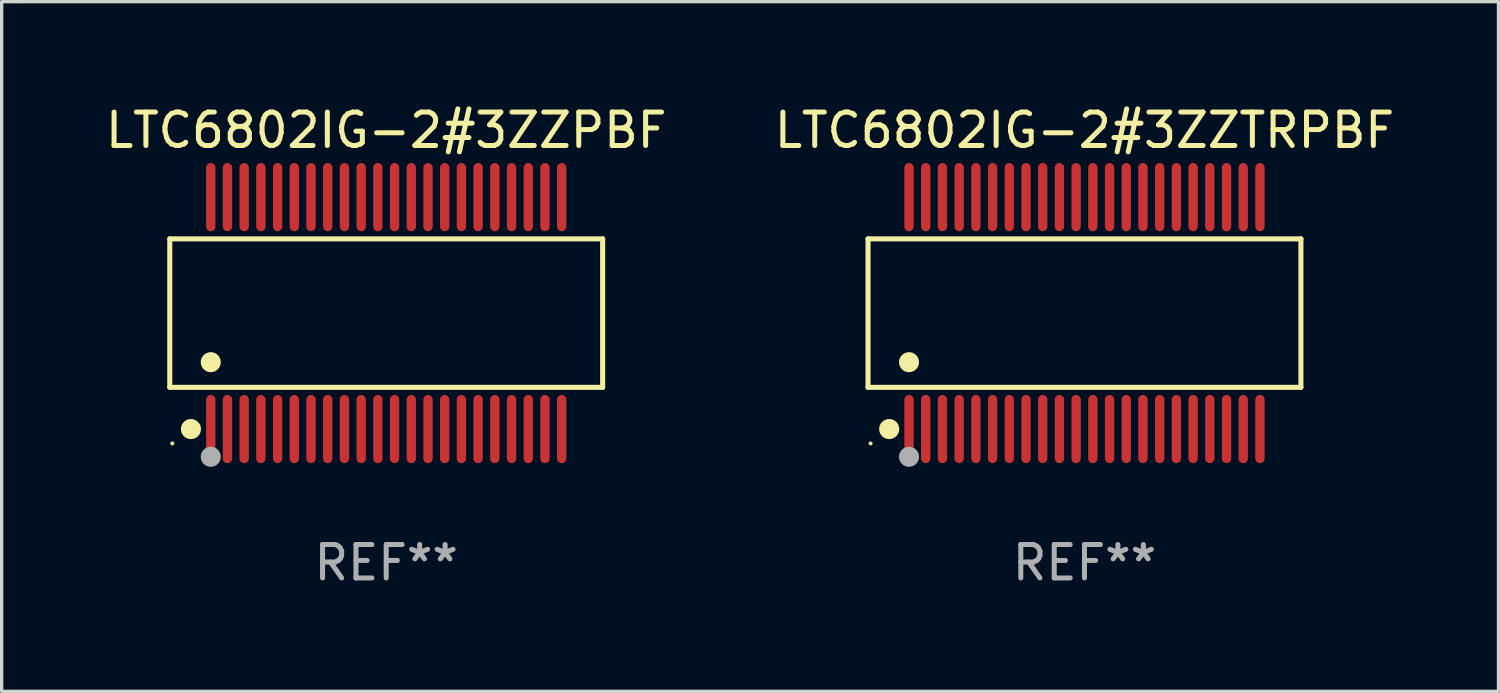
<source format=kicad_pcb>
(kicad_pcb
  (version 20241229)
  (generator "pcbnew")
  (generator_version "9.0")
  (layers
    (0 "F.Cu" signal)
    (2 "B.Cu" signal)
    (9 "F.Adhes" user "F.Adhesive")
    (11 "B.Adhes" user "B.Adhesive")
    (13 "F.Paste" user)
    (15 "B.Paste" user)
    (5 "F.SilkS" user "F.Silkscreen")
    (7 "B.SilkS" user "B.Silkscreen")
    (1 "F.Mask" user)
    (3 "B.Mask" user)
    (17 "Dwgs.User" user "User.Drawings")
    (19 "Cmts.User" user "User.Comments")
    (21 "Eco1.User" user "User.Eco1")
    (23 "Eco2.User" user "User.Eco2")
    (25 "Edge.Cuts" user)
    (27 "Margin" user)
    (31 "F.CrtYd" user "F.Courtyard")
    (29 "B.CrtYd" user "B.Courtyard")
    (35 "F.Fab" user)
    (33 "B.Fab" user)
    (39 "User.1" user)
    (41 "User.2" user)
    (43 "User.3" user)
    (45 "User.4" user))
  (footprint "LTC6802IG-2#3ZZPBF"
    (layer "F.Cu")
    (at 8.506 6.318)
    (property "Reference" "LTC6802IG-2#3ZZPBF" (at 0 -5.47 0) (layer "F.SilkS") (effects (font (size 1 1) (thickness 0.15))))
    (attr through_hole)
    (fp_line (start -6.476 -2.221) (end 6.476 -2.221) (stroke (width 0.152) (type solid)) (layer "F.SilkS"))
    (fp_line (start -6.476 2.221) (end -6.476 -2.221) (stroke (width 0.152) (type solid)) (layer "F.SilkS"))
    (fp_line (start 6.476 -2.221) (end 6.476 2.221) (stroke (width 0.152) (type solid)) (layer "F.SilkS"))
    (fp_line (start 6.476 2.221) (end -6.476 2.221) (stroke (width 0.152) (type solid)) (layer "F.SilkS"))
    (fp_circle (center -6.4 3.9) (end -6.37 3.9) (stroke (width 0.06) (type solid)) (fill no) (layer "F.SilkS"))
    (fp_circle (center -5.843 3.47) (end -5.692 3.47) (stroke (width 0.3) (type solid)) (fill no) (layer "F.SilkS"))
    (fp_circle (center -5.25 1.469) (end -5.1 1.469) (stroke (width 0.3) (type solid)) (fill no) (layer "F.SilkS"))
    (fp_circle (center -5.25 4.3) (end -5.1 4.3) (stroke (width 0.3) (type solid)) (fill no) (layer "F.Fab"))
    (fp_text user "REF**" (at 0 7.47 0) (layer "F.Fab") (effects (font (size 1 1) (thickness 0.15))))
    (pad "1" smd oval (at -5.25 3.47) (size 0.28 2.04) (layers "F.Cu" "F.Mask" "F.Paste"))
    (pad "2" smd oval (at -4.75 3.47) (size 0.28 2.04) (layers "F.Cu" "F.Mask" "F.Paste"))
    (pad "3" smd oval (at -4.25 3.47) (size 0.28 2.04) (layers "F.Cu" "F.Mask" "F.Paste"))
    (pad "4" smd oval (at -3.75 3.47) (size 0.28 2.04) (layers "F.Cu" "F.Mask" "F.Paste"))
    (pad "5" smd oval (at -3.25 3.47) (size 0.28 2.04) (layers "F.Cu" "F.Mask" "F.Paste"))
    (pad "6" smd oval (at -2.75 3.47) (size 0.28 2.04) (layers "F.Cu" "F.Mask" "F.Paste"))
    (pad "7" smd oval (at -2.25 3.47) (size 0.28 2.04) (layers "F.Cu" "F.Mask" "F.Paste"))
    (pad "8" smd oval (at -1.75 3.47) (size 0.28 2.04) (layers "F.Cu" "F.Mask" "F.Paste"))
    (pad "9" smd oval (at -1.25 3.47) (size 0.28 2.04) (layers "F.Cu" "F.Mask" "F.Paste"))
    (pad "10" smd oval (at -0.75 3.47) (size 0.28 2.04) (layers "F.Cu" "F.Mask" "F.Paste"))
    (pad "11" smd oval (at -0.25 3.47) (size 0.28 2.04) (layers "F.Cu" "F.Mask" "F.Paste"))
    (pad "12" smd oval (at 0.25 3.47) (size 0.28 2.04) (layers "F.Cu" "F.Mask" "F.Paste"))
    (pad "13" smd oval (at 0.75 3.47) (size 0.28 2.04) (layers "F.Cu" "F.Mask" "F.Paste"))
    (pad "14" smd oval (at 1.25 3.47) (size 0.28 2.04) (layers "F.Cu" "F.Mask" "F.Paste"))
    (pad "15" smd oval (at 1.75 3.47) (size 0.28 2.04) (layers "F.Cu" "F.Mask" "F.Paste"))
    (pad "16" smd oval (at 2.25 3.47) (size 0.28 2.04) (layers "F.Cu" "F.Mask" "F.Paste"))
    (pad "17" smd oval (at 2.75 3.47) (size 0.28 2.04) (layers "F.Cu" "F.Mask" "F.Paste"))
    (pad "18" smd oval (at 3.25 3.47) (size 0.28 2.04) (layers "F.Cu" "F.Mask" "F.Paste"))
    (pad "19" smd oval (at 3.75 3.47) (size 0.28 2.04) (layers "F.Cu" "F.Mask" "F.Paste"))
    (pad "20" smd oval (at 4.25 3.47) (size 0.28 2.04) (layers "F.Cu" "F.Mask" "F.Paste"))
    (pad "21" smd oval (at 4.75 3.47) (size 0.28 2.04) (layers "F.Cu" "F.Mask" "F.Paste"))
    (pad "22" smd oval (at 5.25 3.47) (size 0.28 2.04) (layers "F.Cu" "F.Mask" "F.Paste"))
    (pad "23" smd oval (at 5.25 -3.47) (size 0.28 2.04) (layers "F.Cu" "F.Mask" "F.Paste"))
    (pad "24" smd oval (at 4.75 -3.47) (size 0.28 2.04) (layers "F.Cu" "F.Mask" "F.Paste"))
    (pad "25" smd oval (at 4.25 -3.47) (size 0.28 2.04) (layers "F.Cu" "F.Mask" "F.Paste"))
    (pad "26" smd oval (at 3.75 -3.47) (size 0.28 2.04) (layers "F.Cu" "F.Mask" "F.Paste"))
    (pad "27" smd oval (at 3.25 -3.47) (size 0.28 2.04) (layers "F.Cu" "F.Mask" "F.Paste"))
    (pad "28" smd oval (at 2.75 -3.47) (size 0.28 2.04) (layers "F.Cu" "F.Mask" "F.Paste"))
    (pad "29" smd oval (at 2.25 -3.47) (size 0.28 2.04) (layers "F.Cu" "F.Mask" "F.Paste"))
    (pad "30" smd oval (at 1.75 -3.47) (size 0.28 2.04) (layers "F.Cu" "F.Mask" "F.Paste"))
    (pad "31" smd oval (at 1.25 -3.47) (size 0.28 2.04) (layers "F.Cu" "F.Mask" "F.Paste"))
    (pad "32" smd oval (at 0.75 -3.47) (size 0.28 2.04) (layers "F.Cu" "F.Mask" "F.Paste"))
    (pad "33" smd oval (at 0.25 -3.47) (size 0.28 2.04) (layers "F.Cu" "F.Mask" "F.Paste"))
    (pad "34" smd oval (at -0.25 -3.47) (size 0.28 2.04) (layers "F.Cu" "F.Mask" "F.Paste"))
    (pad "35" smd oval (at -0.75 -3.47) (size 0.28 2.04) (layers "F.Cu" "F.Mask" "F.Paste"))
    (pad "36" smd oval (at -1.25 -3.47) (size 0.28 2.04) (layers "F.Cu" "F.Mask" "F.Paste"))
    (pad "37" smd oval (at -1.75 -3.47) (size 0.28 2.04) (layers "F.Cu" "F.Mask" "F.Paste"))
    (pad "38" smd oval (at -2.25 -3.47) (size 0.28 2.04) (layers "F.Cu" "F.Mask" "F.Paste"))
    (pad "39" smd oval (at -2.75 -3.47) (size 0.28 2.04) (layers "F.Cu" "F.Mask" "F.Paste"))
    (pad "40" smd oval (at -3.25 -3.47) (size 0.28 2.04) (layers "F.Cu" "F.Mask" "F.Paste"))
    (pad "41" smd oval (at -3.75 -3.47) (size 0.28 2.04) (layers "F.Cu" "F.Mask" "F.Paste"))
    (pad "42" smd oval (at -4.25 -3.47) (size 0.28 2.04) (layers "F.Cu" "F.Mask" "F.Paste"))
    (pad "43" smd oval (at -4.75 -3.47) (size 0.28 2.04) (layers "F.Cu" "F.Mask" "F.Paste"))
    (pad "44" smd oval (at -5.25 -3.47) (size 0.28 2.04) (layers "F.Cu" "F.Mask" "F.Paste")))
  (footprint "LTC6802IG-2#3ZZTRPBF"
    (layer "F.Cu")
    (at 29.399 6.318)
    (property "Reference" "LTC6802IG-2#3ZZTRPBF" (at 0 -5.47 0) (layer "F.SilkS") (effects (font (size 1 1) (thickness 0.15))))
    (attr through_hole)
    (fp_line (start -6.476 -2.221) (end 6.476 -2.221) (stroke (width 0.152) (type solid)) (layer "F.SilkS"))
    (fp_line (start -6.476 2.221) (end -6.476 -2.221) (stroke (width 0.152) (type solid)) (layer "F.SilkS"))
    (fp_line (start 6.476 -2.221) (end 6.476 2.221) (stroke (width 0.152) (type solid)) (layer "F.SilkS"))
    (fp_line (start 6.476 2.221) (end -6.476 2.221) (stroke (width 0.152) (type solid)) (layer "F.SilkS"))
    (fp_circle (center -6.4 3.9) (end -6.37 3.9) (stroke (width 0.06) (type solid)) (fill no) (layer "F.SilkS"))
    (fp_circle (center -5.843 3.47) (end -5.692 3.47) (stroke (width 0.3) (type solid)) (fill no) (layer "F.SilkS"))
    (fp_circle (center -5.25 1.469) (end -5.1 1.469) (stroke (width 0.3) (type solid)) (fill no) (layer "F.SilkS"))
    (fp_circle (center -5.25 4.3) (end -5.1 4.3) (stroke (width 0.3) (type solid)) (fill no) (layer "F.Fab"))
    (fp_text user "REF**" (at 0 7.47 0) (layer "F.Fab") (effects (font (size 1 1) (thickness 0.15))))
    (pad "1" smd oval (at -5.25 3.47) (size 0.28 2.04) (layers "F.Cu" "F.Mask" "F.Paste"))
    (pad "2" smd oval (at -4.75 3.47) (size 0.28 2.04) (layers "F.Cu" "F.Mask" "F.Paste"))
    (pad "3" smd oval (at -4.25 3.47) (size 0.28 2.04) (layers "F.Cu" "F.Mask" "F.Paste"))
    (pad "4" smd oval (at -3.75 3.47) (size 0.28 2.04) (layers "F.Cu" "F.Mask" "F.Paste"))
    (pad "5" smd oval (at -3.25 3.47) (size 0.28 2.04) (layers "F.Cu" "F.Mask" "F.Paste"))
    (pad "6" smd oval (at -2.75 3.47) (size 0.28 2.04) (layers "F.Cu" "F.Mask" "F.Paste"))
    (pad "7" smd oval (at -2.25 3.47) (size 0.28 2.04) (layers "F.Cu" "F.Mask" "F.Paste"))
    (pad "8" smd oval (at -1.75 3.47) (size 0.28 2.04) (layers "F.Cu" "F.Mask" "F.Paste"))
    (pad "9" smd oval (at -1.25 3.47) (size 0.28 2.04) (layers "F.Cu" "F.Mask" "F.Paste"))
    (pad "10" smd oval (at -0.75 3.47) (size 0.28 2.04) (layers "F.Cu" "F.Mask" "F.Paste"))
    (pad "11" smd oval (at -0.25 3.47) (size 0.28 2.04) (layers "F.Cu" "F.Mask" "F.Paste"))
    (pad "12" smd oval (at 0.25 3.47) (size 0.28 2.04) (layers "F.Cu" "F.Mask" "F.Paste"))
    (pad "13" smd oval (at 0.75 3.47) (size 0.28 2.04) (layers "F.Cu" "F.Mask" "F.Paste"))
    (pad "14" smd oval (at 1.25 3.47) (size 0.28 2.04) (layers "F.Cu" "F.Mask" "F.Paste"))
    (pad "15" smd oval (at 1.75 3.47) (size 0.28 2.04) (layers "F.Cu" "F.Mask" "F.Paste"))
    (pad "16" smd oval (at 2.25 3.47) (size 0.28 2.04) (layers "F.Cu" "F.Mask" "F.Paste"))
    (pad "17" smd oval (at 2.75 3.47) (size 0.28 2.04) (layers "F.Cu" "F.Mask" "F.Paste"))
    (pad "18" smd oval (at 3.25 3.47) (size 0.28 2.04) (layers "F.Cu" "F.Mask" "F.Paste"))
    (pad "19" smd oval (at 3.75 3.47) (size 0.28 2.04) (layers "F.Cu" "F.Mask" "F.Paste"))
    (pad "20" smd oval (at 4.25 3.47) (size 0.28 2.04) (layers "F.Cu" "F.Mask" "F.Paste"))
    (pad "21" smd oval (at 4.75 3.47) (size 0.28 2.04) (layers "F.Cu" "F.Mask" "F.Paste"))
    (pad "22" smd oval (at 5.25 3.47) (size 0.28 2.04) (layers "F.Cu" "F.Mask" "F.Paste"))
    (pad "23" smd oval (at 5.25 -3.47) (size 0.28 2.04) (layers "F.Cu" "F.Mask" "F.Paste"))
    (pad "24" smd oval (at 4.75 -3.47) (size 0.28 2.04) (layers "F.Cu" "F.Mask" "F.Paste"))
    (pad "25" smd oval (at 4.25 -3.47) (size 0.28 2.04) (layers "F.Cu" "F.Mask" "F.Paste"))
    (pad "26" smd oval (at 3.75 -3.47) (size 0.28 2.04) (layers "F.Cu" "F.Mask" "F.Paste"))
    (pad "27" smd oval (at 3.25 -3.47) (size 0.28 2.04) (layers "F.Cu" "F.Mask" "F.Paste"))
    (pad "28" smd oval (at 2.75 -3.47) (size 0.28 2.04) (layers "F.Cu" "F.Mask" "F.Paste"))
    (pad "29" smd oval (at 2.25 -3.47) (size 0.28 2.04) (layers "F.Cu" "F.Mask" "F.Paste"))
    (pad "30" smd oval (at 1.75 -3.47) (size 0.28 2.04) (layers "F.Cu" "F.Mask" "F.Paste"))
    (pad "31" smd oval (at 1.25 -3.47) (size 0.28 2.04) (layers "F.Cu" "F.Mask" "F.Paste"))
    (pad "32" smd oval (at 0.75 -3.47) (size 0.28 2.04) (layers "F.Cu" "F.Mask" "F.Paste"))
    (pad "33" smd oval (at 0.25 -3.47) (size 0.28 2.04) (layers "F.Cu" "F.Mask" "F.Paste"))
    (pad "34" smd oval (at -0.25 -3.47) (size 0.28 2.04) (layers "F.Cu" "F.Mask" "F.Paste"))
    (pad "35" smd oval (at -0.75 -3.47) (size 0.28 2.04) (layers "F.Cu" "F.Mask" "F.Paste"))
    (pad "36" smd oval (at -1.25 -3.47) (size 0.28 2.04) (layers "F.Cu" "F.Mask" "F.Paste"))
    (pad "37" smd oval (at -1.75 -3.47) (size 0.28 2.04) (layers "F.Cu" "F.Mask" "F.Paste"))
    (pad "38" smd oval (at -2.25 -3.47) (size 0.28 2.04) (layers "F.Cu" "F.Mask" "F.Paste"))
    (pad "39" smd oval (at -2.75 -3.47) (size 0.28 2.04) (layers "F.Cu" "F.Mask" "F.Paste"))
    (pad "40" smd oval (at -3.25 -3.47) (size 0.28 2.04) (layers "F.Cu" "F.Mask" "F.Paste"))
    (pad "41" smd oval (at -3.75 -3.47) (size 0.28 2.04) (layers "F.Cu" "F.Mask" "F.Paste"))
    (pad "42" smd oval (at -4.25 -3.47) (size 0.28 2.04) (layers "F.Cu" "F.Mask" "F.Paste"))
    (pad "43" smd oval (at -4.75 -3.47) (size 0.28 2.04) (layers "F.Cu" "F.Mask" "F.Paste"))
    (pad "44" smd oval (at -5.25 -3.47) (size 0.28 2.04) (layers "F.Cu" "F.Mask" "F.Paste")))
  (gr_rect
    (start -3 -3)
    (end 41.786 17.636)
    (stroke (width 0.1) (type default))
    (fill no)
    (layer "Edge.Cuts")))
</source>
